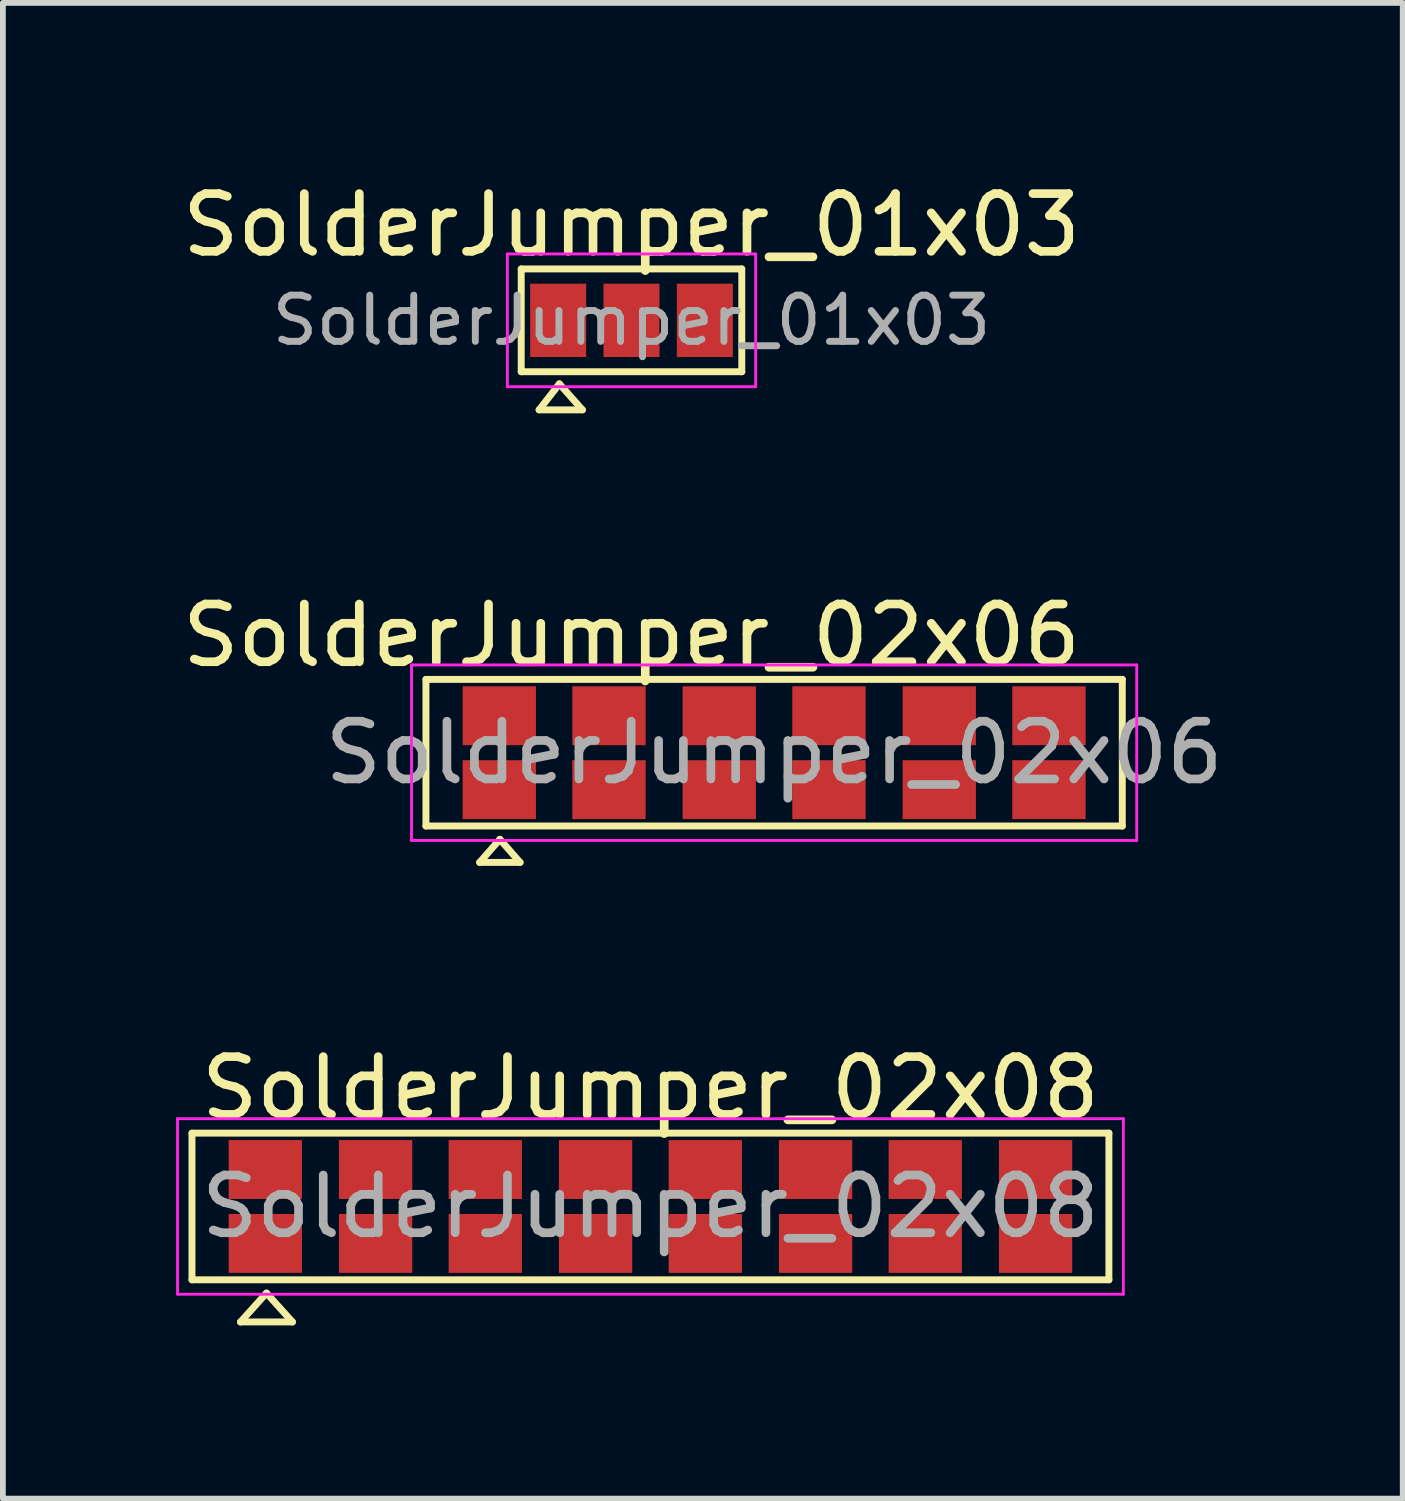
<source format=kicad_pcb>
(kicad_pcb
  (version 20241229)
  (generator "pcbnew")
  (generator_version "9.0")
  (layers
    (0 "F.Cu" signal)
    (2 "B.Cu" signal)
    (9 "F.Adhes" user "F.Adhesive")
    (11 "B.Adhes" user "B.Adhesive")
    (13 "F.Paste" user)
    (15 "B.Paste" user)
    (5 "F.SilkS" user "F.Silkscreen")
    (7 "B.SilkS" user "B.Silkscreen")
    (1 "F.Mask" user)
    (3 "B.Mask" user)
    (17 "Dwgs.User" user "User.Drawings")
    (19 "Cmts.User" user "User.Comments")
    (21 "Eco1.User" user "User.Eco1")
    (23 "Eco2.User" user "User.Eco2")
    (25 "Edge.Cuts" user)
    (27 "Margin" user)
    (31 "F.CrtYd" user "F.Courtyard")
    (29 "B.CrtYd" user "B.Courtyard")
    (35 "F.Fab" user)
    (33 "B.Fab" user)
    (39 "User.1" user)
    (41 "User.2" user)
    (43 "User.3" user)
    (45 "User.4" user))
  (footprint "SolderJumper_02x08"
    (layer "F.Cu")
    (at 8.215 17.845)
    (property "Reference" "SolderJumper_02x08" (at 0 -2.05 0) (layer "F.SilkS") (effects (font (size 1 1) (thickness 0.15))))
    (attr exclude_from_pos_files exclude_from_bom)
    (fp_line (start -7.94 -1.27) (end 7.94 -1.27) (stroke (width 0.12) (type solid)) (layer "F.SilkS"))
    (fp_line (start -7.94 1.27) (end -7.94 -1.27) (stroke (width 0.12) (type solid)) (layer "F.SilkS"))
    (fp_line (start -7.1 2) (end -6.2 2) (stroke (width 0.12) (type solid)) (layer "F.SilkS"))
    (fp_line (start -6.65 1.5) (end -7.1 2) (stroke (width 0.12) (type solid)) (layer "F.SilkS"))
    (fp_line (start -6.2 2) (end -6.65 1.5) (stroke (width 0.12) (type solid)) (layer "F.SilkS"))
    (fp_line (start 7.94 -1.27) (end 7.94 1.27) (stroke (width 0.12) (type solid)) (layer "F.SilkS"))
    (fp_line (start 7.94 1.27) (end -7.94 1.27) (stroke (width 0.12) (type solid)) (layer "F.SilkS"))
    (fp_line (start -8.19 -1.52) (end -8.19 1.52) (stroke (width 0.05) (type solid)) (layer "F.CrtYd"))
    (fp_line (start -8.19 -1.52) (end 8.19 -1.52) (stroke (width 0.05) (type solid)) (layer "F.CrtYd"))
    (fp_line (start 8.19 1.52) (end -8.19 1.52) (stroke (width 0.05) (type solid)) (layer "F.CrtYd"))
    (fp_line (start 8.19 1.52) (end 8.19 -1.52) (stroke (width 0.05) (type solid)) (layer "F.CrtYd"))
    (fp_text user "${REFERENCE}" (at 0 0 0) (layer "F.Fab") (effects (font (size 1 1) (thickness 0.15))))
    (pad "1" smd rect (at -6.67 0.64) (size 1.27 1.02) (layers "F.Cu" "F.Mask" "F.Paste"))
    (pad "2" smd rect (at -6.67 -0.64) (size 1.27 1.02) (layers "F.Cu" "F.Mask" "F.Paste"))
    (pad "3" smd rect (at -4.76 0.64) (size 1.27 1.02) (layers "F.Cu" "F.Mask" "F.Paste"))
    (pad "4" smd rect (at -4.76 -0.64) (size 1.27 1.02) (layers "F.Cu" "F.Mask" "F.Paste"))
    (pad "5" smd rect (at -2.86 0.64) (size 1.27 1.02) (layers "F.Cu" "F.Mask" "F.Paste"))
    (pad "6" smd rect (at -2.86 -0.64) (size 1.27 1.02) (layers "F.Cu" "F.Mask" "F.Paste"))
    (pad "7" smd rect (at -0.95 0.64) (size 1.27 1.02) (layers "F.Cu" "F.Mask" "F.Paste"))
    (pad "8" smd rect (at -0.95 -0.64) (size 1.27 1.02) (layers "F.Cu" "F.Mask" "F.Paste"))
    (pad "9" smd rect (at 0.95 0.64) (size 1.27 1.02) (layers "F.Cu" "F.Mask" "F.Paste"))
    (pad "10" smd rect (at 0.95 -0.64) (size 1.27 1.02) (layers "F.Cu" "F.Mask" "F.Paste"))
    (pad "11" smd rect (at 2.86 0.64) (size 1.27 1.02) (layers "F.Cu" "F.Mask" "F.Paste"))
    (pad "12" smd rect (at 2.86 -0.64) (size 1.27 1.02) (layers "F.Cu" "F.Mask" "F.Paste"))
    (pad "13" smd rect (at 4.76 0.64) (size 1.27 1.02) (layers "F.Cu" "F.Mask" "F.Paste"))
    (pad "14" smd rect (at 4.76 -0.64) (size 1.27 1.02) (layers "F.Cu" "F.Mask" "F.Paste"))
    (pad "15" smd rect (at 6.67 0.64) (size 1.27 1.02) (layers "F.Cu" "F.Mask" "F.Paste"))
    (pad "16" smd rect (at 6.67 -0.64) (size 1.27 1.02) (layers "F.Cu" "F.Mask" "F.Paste")))
  (footprint "SolderJumper_02x06"
    (layer "F.Cu")
    (at 10.357 9.986)
    (property "Reference" "SolderJumper_02x06" (at -2.47 -2.03 0) (layer "F.SilkS") (effects (font (size 1 1) (thickness 0.15))))
    (attr exclude_from_pos_files exclude_from_bom)
    (fp_line (start -6.03 -1.27) (end 6.03 -1.27) (stroke (width 0.12) (type solid)) (layer "F.SilkS"))
    (fp_line (start -6.03 1.27) (end -6.03 -1.27) (stroke (width 0.12) (type solid)) (layer "F.SilkS"))
    (fp_line (start -5.1 1.9) (end -4.4 1.9) (stroke (width 0.12) (type solid)) (layer "F.SilkS"))
    (fp_line (start -4.75 1.5) (end -5.1 1.9) (stroke (width 0.12) (type solid)) (layer "F.SilkS"))
    (fp_line (start -4.4 1.9) (end -4.75 1.5) (stroke (width 0.12) (type solid)) (layer "F.SilkS"))
    (fp_line (start 6.03 -1.27) (end 6.03 1.27) (stroke (width 0.12) (type solid)) (layer "F.SilkS"))
    (fp_line (start 6.03 1.27) (end -6.03 1.27) (stroke (width 0.12) (type solid)) (layer "F.SilkS"))
    (fp_line (start -6.28 -1.52) (end -6.28 1.52) (stroke (width 0.05) (type solid)) (layer "F.CrtYd"))
    (fp_line (start -6.28 -1.52) (end 6.28 -1.52) (stroke (width 0.05) (type solid)) (layer "F.CrtYd"))
    (fp_line (start 6.28 1.52) (end -6.28 1.52) (stroke (width 0.05) (type solid)) (layer "F.CrtYd"))
    (fp_line (start 6.28 1.52) (end 6.28 -1.52) (stroke (width 0.05) (type solid)) (layer "F.CrtYd"))
    (fp_text user "${REFERENCE}" (at 0 0 0) (layer "F.Fab") (effects (font (size 1 1) (thickness 0.15))))
    (pad "1" smd rect (at -4.76 0.64) (size 1.27 1.02) (layers "F.Cu" "F.Mask" "F.Paste"))
    (pad "2" smd rect (at -4.76 -0.64) (size 1.27 1.02) (layers "F.Cu" "F.Mask" "F.Paste"))
    (pad "3" smd rect (at -2.86 0.64) (size 1.27 1.02) (layers "F.Cu" "F.Mask" "F.Paste"))
    (pad "4" smd rect (at -2.86 -0.64) (size 1.27 1.02) (layers "F.Cu" "F.Mask" "F.Paste"))
    (pad "5" smd rect (at -0.95 0.64) (size 1.27 1.02) (layers "F.Cu" "F.Mask" "F.Paste"))
    (pad "6" smd rect (at -0.95 -0.64) (size 1.27 1.02) (layers "F.Cu" "F.Mask" "F.Paste"))
    (pad "7" smd rect (at 0.95 0.64) (size 1.27 1.02) (layers "F.Cu" "F.Mask" "F.Paste"))
    (pad "8" smd rect (at 0.95 -0.64) (size 1.27 1.02) (layers "F.Cu" "F.Mask" "F.Paste"))
    (pad "9" smd rect (at 2.86 0.64) (size 1.27 1.02) (layers "F.Cu" "F.Mask" "F.Paste"))
    (pad "10" smd rect (at 2.86 -0.64) (size 1.27 1.02) (layers "F.Cu" "F.Mask" "F.Paste"))
    (pad "11" smd rect (at 4.76 0.64) (size 1.27 1.02) (layers "F.Cu" "F.Mask" "F.Paste"))
    (pad "12" smd rect (at 4.76 -0.64) (size 1.27 1.02) (layers "F.Cu" "F.Mask" "F.Paste")))
  (footprint "SolderJumper_01x03"
    (layer "F.Cu")
    (at 7.887 2.498)
    (property "Reference" "SolderJumper_01x03" (at 0 -1.65 0) (layer "F.SilkS") (effects (font (size 1 1) (thickness 0.15))))
    (attr exclude_from_pos_files exclude_from_bom)
    (fp_line (start -1.91 0.89) (end -1.91 -0.89) (stroke (width 0.12) (type solid)) (layer "F.SilkS"))
    (fp_line (start -1.91 0.89) (end 1.91 0.89) (stroke (width 0.12) (type solid)) (layer "F.SilkS"))
    (fp_line (start -1.6 1.55) (end -0.85 1.55) (stroke (width 0.12) (type solid)) (layer "F.SilkS"))
    (fp_line (start -1.25 1.1) (end -1.6 1.55) (stroke (width 0.12) (type solid)) (layer "F.SilkS"))
    (fp_line (start -0.85 1.55) (end -1.25 1.1) (stroke (width 0.12) (type solid)) (layer "F.SilkS"))
    (fp_line (start 1.91 -0.89) (end -1.91 -0.89) (stroke (width 0.12) (type solid)) (layer "F.SilkS"))
    (fp_line (start 1.91 0.89) (end 1.91 -0.89) (stroke (width 0.12) (type solid)) (layer "F.SilkS"))
    (fp_line (start -2.15 -1.15) (end 2.15 -1.15) (stroke (width 0.05) (type solid)) (layer "F.CrtYd"))
    (fp_line (start -2.15 1.15) (end -2.15 -1.15) (stroke (width 0.05) (type solid)) (layer "F.CrtYd"))
    (fp_line (start 2.15 -1.15) (end 2.15 1.15) (stroke (width 0.05) (type solid)) (layer "F.CrtYd"))
    (fp_line (start 2.15 1.15) (end -2.15 1.15) (stroke (width 0.05) (type solid)) (layer "F.CrtYd"))
    (fp_text user "${REFERENCE}" (at 0 0 0) (layer "F.Fab") (effects (font (size 0.8 0.8) (thickness 0.12))))
    (pad "1" smd rect (at -1.27 0 90) (size 1.27 0.97) (layers "F.Cu" "F.Mask" "F.Paste"))
    (pad "2" smd rect (at 0 0 90) (size 1.27 0.97) (layers "F.Cu" "F.Mask" "F.Paste"))
    (pad "3" smd rect (at 1.27 0 90) (size 1.27 0.97) (layers "F.Cu" "F.Mask" "F.Paste")))
  (gr_rect
    (start -3 -3)
    (end 21.244 22.905)
    (stroke (width 0.1) (type default))
    (fill no)
    (layer "Edge.Cuts")))
</source>
